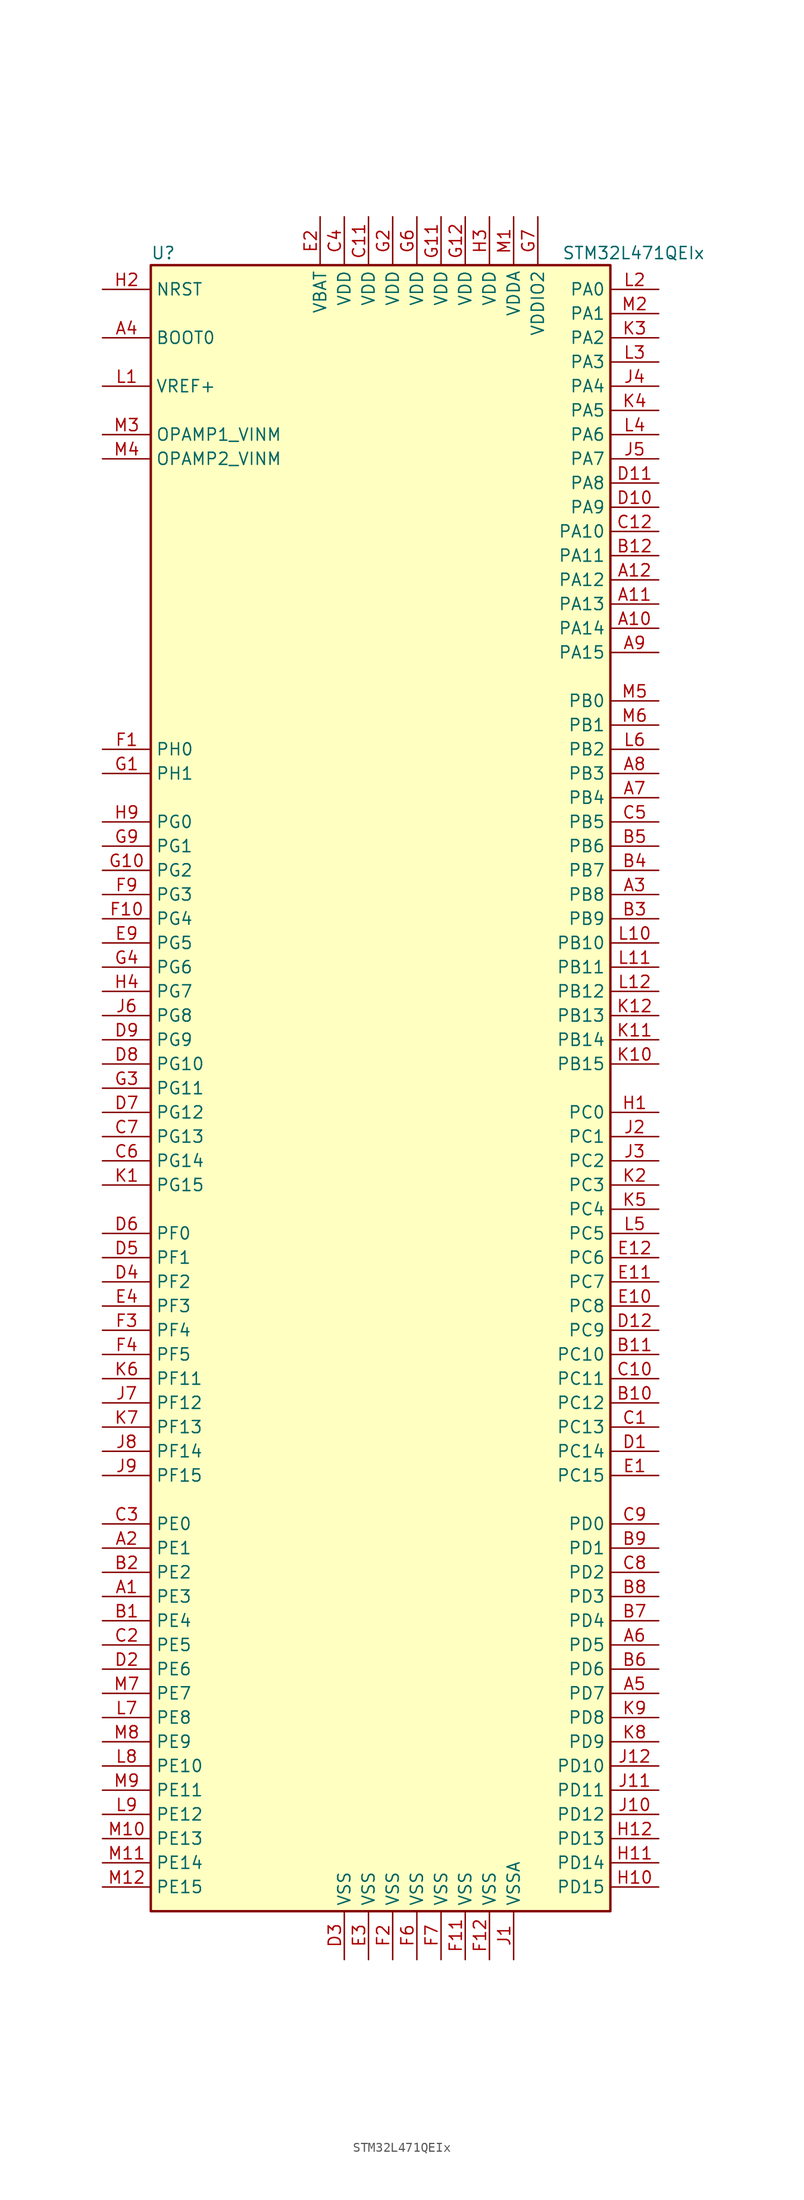
<source format=kicad_sym>
(kicad_symbol_lib
  (version 20201005)
  (generator kicad_symbol_editor)
  (symbol "MCU_ST_STM32L4:STM32L471QEIx"
    (property "Reference" "U"
      (at -25.4 87.63 0)
      (effects (font (size 1.27 1.27)) (justify left)))
    (property "Value" "STM32L471QEIx"
      (at 17.78 87.63 0)
      (effects (font (size 1.27 1.27)) (justify left)))
    (symbol "STM32L471QEIx_0_1"
      (rectangle (start -25.4 -86.36) (end 22.86 86.36) (stroke (width 0.254)) (fill (type background))))
    (symbol "STM32L471QEIx_1_1"
      (pin bidirectional line (at -30.48 -53.34 0) (length 5.08) (name "PE3" (effects (font (size 1.27 1.27)))) (number "A1" (effects (font (size 1.27 1.27)))))
      (pin bidirectional line (at 27.94 48.26 180) (length 5.08) (name "PA14" (effects (font (size 1.27 1.27)))) (number "A10" (effects (font (size 1.27 1.27)))))
      (pin bidirectional line (at 27.94 50.8 180) (length 5.08) (name "PA13" (effects (font (size 1.27 1.27)))) (number "A11" (effects (font (size 1.27 1.27)))))
      (pin bidirectional line (at 27.94 53.34 180) (length 5.08) (name "PA12" (effects (font (size 1.27 1.27)))) (number "A12" (effects (font (size 1.27 1.27)))))
      (pin bidirectional line (at -30.48 -48.26 0) (length 5.08) (name "PE1" (effects (font (size 1.27 1.27)))) (number "A2" (effects (font (size 1.27 1.27)))))
      (pin bidirectional line (at 27.94 20.32 180) (length 5.08) (name "PB8" (effects (font (size 1.27 1.27)))) (number "A3" (effects (font (size 1.27 1.27)))))
      (pin input line (at -30.48 78.74 0) (length 5.08) (name "BOOT0" (effects (font (size 1.27 1.27)))) (number "A4" (effects (font (size 1.27 1.27)))))
      (pin bidirectional line (at 27.94 -63.5 180) (length 5.08) (name "PD7" (effects (font (size 1.27 1.27)))) (number "A5" (effects (font (size 1.27 1.27)))))
      (pin bidirectional line (at 27.94 -58.42 180) (length 5.08) (name "PD5" (effects (font (size 1.27 1.27)))) (number "A6" (effects (font (size 1.27 1.27)))))
      (pin bidirectional line (at 27.94 30.48 180) (length 5.08) (name "PB4" (effects (font (size 1.27 1.27)))) (number "A7" (effects (font (size 1.27 1.27)))))
      (pin bidirectional line (at 27.94 33.02 180) (length 5.08) (name "PB3" (effects (font (size 1.27 1.27)))) (number "A8" (effects (font (size 1.27 1.27)))))
      (pin bidirectional line (at 27.94 45.72 180) (length 5.08) (name "PA15" (effects (font (size 1.27 1.27)))) (number "A9" (effects (font (size 1.27 1.27)))))
      (pin bidirectional line (at -30.48 -55.88 0) (length 5.08) (name "PE4" (effects (font (size 1.27 1.27)))) (number "B1" (effects (font (size 1.27 1.27)))))
      (pin bidirectional line (at 27.94 -33.02 180) (length 5.08) (name "PC12" (effects (font (size 1.27 1.27)))) (number "B10" (effects (font (size 1.27 1.27)))))
      (pin bidirectional line (at 27.94 -27.94 180) (length 5.08) (name "PC10" (effects (font (size 1.27 1.27)))) (number "B11" (effects (font (size 1.27 1.27)))))
      (pin bidirectional line (at 27.94 55.88 180) (length 5.08) (name "PA11" (effects (font (size 1.27 1.27)))) (number "B12" (effects (font (size 1.27 1.27)))))
      (pin bidirectional line (at -30.48 -50.8 0) (length 5.08) (name "PE2" (effects (font (size 1.27 1.27)))) (number "B2" (effects (font (size 1.27 1.27)))))
      (pin bidirectional line (at 27.94 17.78 180) (length 5.08) (name "PB9" (effects (font (size 1.27 1.27)))) (number "B3" (effects (font (size 1.27 1.27)))))
      (pin bidirectional line (at 27.94 22.86 180) (length 5.08) (name "PB7" (effects (font (size 1.27 1.27)))) (number "B4" (effects (font (size 1.27 1.27)))))
      (pin bidirectional line (at 27.94 25.4 180) (length 5.08) (name "PB6" (effects (font (size 1.27 1.27)))) (number "B5" (effects (font (size 1.27 1.27)))))
      (pin bidirectional line (at 27.94 -60.96 180) (length 5.08) (name "PD6" (effects (font (size 1.27 1.27)))) (number "B6" (effects (font (size 1.27 1.27)))))
      (pin bidirectional line (at 27.94 -55.88 180) (length 5.08) (name "PD4" (effects (font (size 1.27 1.27)))) (number "B7" (effects (font (size 1.27 1.27)))))
      (pin bidirectional line (at 27.94 -53.34 180) (length 5.08) (name "PD3" (effects (font (size 1.27 1.27)))) (number "B8" (effects (font (size 1.27 1.27)))))
      (pin bidirectional line (at 27.94 -48.26 180) (length 5.08) (name "PD1" (effects (font (size 1.27 1.27)))) (number "B9" (effects (font (size 1.27 1.27)))))
      (pin bidirectional line (at 27.94 -35.56 180) (length 5.08) (name "PC13" (effects (font (size 1.27 1.27)))) (number "C1" (effects (font (size 1.27 1.27)))))
      (pin bidirectional line (at 27.94 -30.48 180) (length 5.08) (name "PC11" (effects (font (size 1.27 1.27)))) (number "C10" (effects (font (size 1.27 1.27)))))
      (pin power_in line (at -2.54 91.44 270) (length 5.08) (name "VDD" (effects (font (size 1.27 1.27)))) (number "C11" (effects (font (size 1.27 1.27)))))
      (pin bidirectional line (at 27.94 58.42 180) (length 5.08) (name "PA10" (effects (font (size 1.27 1.27)))) (number "C12" (effects (font (size 1.27 1.27)))))
      (pin bidirectional line (at -30.48 -58.42 0) (length 5.08) (name "PE5" (effects (font (size 1.27 1.27)))) (number "C2" (effects (font (size 1.27 1.27)))))
      (pin bidirectional line (at -30.48 -45.72 0) (length 5.08) (name "PE0" (effects (font (size 1.27 1.27)))) (number "C3" (effects (font (size 1.27 1.27)))))
      (pin power_in line (at -5.08 91.44 270) (length 5.08) (name "VDD" (effects (font (size 1.27 1.27)))) (number "C4" (effects (font (size 1.27 1.27)))))
      (pin bidirectional line (at 27.94 27.94 180) (length 5.08) (name "PB5" (effects (font (size 1.27 1.27)))) (number "C5" (effects (font (size 1.27 1.27)))))
      (pin bidirectional line (at -30.48 -7.62 0) (length 5.08) (name "PG14" (effects (font (size 1.27 1.27)))) (number "C6" (effects (font (size 1.27 1.27)))))
      (pin bidirectional line (at -30.48 -5.08 0) (length 5.08) (name "PG13" (effects (font (size 1.27 1.27)))) (number "C7" (effects (font (size 1.27 1.27)))))
      (pin bidirectional line (at 27.94 -50.8 180) (length 5.08) (name "PD2" (effects (font (size 1.27 1.27)))) (number "C8" (effects (font (size 1.27 1.27)))))
      (pin bidirectional line (at 27.94 -45.72 180) (length 5.08) (name "PD0" (effects (font (size 1.27 1.27)))) (number "C9" (effects (font (size 1.27 1.27)))))
      (pin bidirectional line (at 27.94 -38.1 180) (length 5.08) (name "PC14" (effects (font (size 1.27 1.27)))) (number "D1" (effects (font (size 1.27 1.27)))))
      (pin bidirectional line (at 27.94 60.96 180) (length 5.08) (name "PA9" (effects (font (size 1.27 1.27)))) (number "D10" (effects (font (size 1.27 1.27)))))
      (pin bidirectional line (at 27.94 63.5 180) (length 5.08) (name "PA8" (effects (font (size 1.27 1.27)))) (number "D11" (effects (font (size 1.27 1.27)))))
      (pin bidirectional line (at 27.94 -25.4 180) (length 5.08) (name "PC9" (effects (font (size 1.27 1.27)))) (number "D12" (effects (font (size 1.27 1.27)))))
      (pin bidirectional line (at -30.48 -60.96 0) (length 5.08) (name "PE6" (effects (font (size 1.27 1.27)))) (number "D2" (effects (font (size 1.27 1.27)))))
      (pin power_in line (at -5.08 -91.44 90) (length 5.08) (name "VSS" (effects (font (size 1.27 1.27)))) (number "D3" (effects (font (size 1.27 1.27)))))
      (pin bidirectional line (at -30.48 -20.32 0) (length 5.08) (name "PF2" (effects (font (size 1.27 1.27)))) (number "D4" (effects (font (size 1.27 1.27)))))
      (pin bidirectional line (at -30.48 -17.78 0) (length 5.08) (name "PF1" (effects (font (size 1.27 1.27)))) (number "D5" (effects (font (size 1.27 1.27)))))
      (pin bidirectional line (at -30.48 -15.24 0) (length 5.08) (name "PF0" (effects (font (size 1.27 1.27)))) (number "D6" (effects (font (size 1.27 1.27)))))
      (pin bidirectional line (at -30.48 -2.54 0) (length 5.08) (name "PG12" (effects (font (size 1.27 1.27)))) (number "D7" (effects (font (size 1.27 1.27)))))
      (pin bidirectional line (at -30.48 2.54 0) (length 5.08) (name "PG10" (effects (font (size 1.27 1.27)))) (number "D8" (effects (font (size 1.27 1.27)))))
      (pin bidirectional line (at -30.48 5.08 0) (length 5.08) (name "PG9" (effects (font (size 1.27 1.27)))) (number "D9" (effects (font (size 1.27 1.27)))))
      (pin bidirectional line (at 27.94 -40.64 180) (length 5.08) (name "PC15" (effects (font (size 1.27 1.27)))) (number "E1" (effects (font (size 1.27 1.27)))))
      (pin bidirectional line (at 27.94 -22.86 180) (length 5.08) (name "PC8" (effects (font (size 1.27 1.27)))) (number "E10" (effects (font (size 1.27 1.27)))))
      (pin bidirectional line (at 27.94 -20.32 180) (length 5.08) (name "PC7" (effects (font (size 1.27 1.27)))) (number "E11" (effects (font (size 1.27 1.27)))))
      (pin bidirectional line (at 27.94 -17.78 180) (length 5.08) (name "PC6" (effects (font (size 1.27 1.27)))) (number "E12" (effects (font (size 1.27 1.27)))))
      (pin power_in line (at -7.62 91.44 270) (length 5.08) (name "VBAT" (effects (font (size 1.27 1.27)))) (number "E2" (effects (font (size 1.27 1.27)))))
      (pin power_in line (at -2.54 -91.44 90) (length 5.08) (name "VSS" (effects (font (size 1.27 1.27)))) (number "E3" (effects (font (size 1.27 1.27)))))
      (pin bidirectional line (at -30.48 -22.86 0) (length 5.08) (name "PF3" (effects (font (size 1.27 1.27)))) (number "E4" (effects (font (size 1.27 1.27)))))
      (pin bidirectional line (at -30.48 15.24 0) (length 5.08) (name "PG5" (effects (font (size 1.27 1.27)))) (number "E9" (effects (font (size 1.27 1.27)))))
      (pin input line (at -30.48 35.56 0) (length 5.08) (name "PH0" (effects (font (size 1.27 1.27)))) (number "F1" (effects (font (size 1.27 1.27)))))
      (pin bidirectional line (at -30.48 17.78 0) (length 5.08) (name "PG4" (effects (font (size 1.27 1.27)))) (number "F10" (effects (font (size 1.27 1.27)))))
      (pin power_in line (at 7.62 -91.44 90) (length 5.08) (name "VSS" (effects (font (size 1.27 1.27)))) (number "F11" (effects (font (size 1.27 1.27)))))
      (pin power_in line (at 10.16 -91.44 90) (length 5.08) (name "VSS" (effects (font (size 1.27 1.27)))) (number "F12" (effects (font (size 1.27 1.27)))))
      (pin power_in line (at 0 -91.44 90) (length 5.08) (name "VSS" (effects (font (size 1.27 1.27)))) (number "F2" (effects (font (size 1.27 1.27)))))
      (pin bidirectional line (at -30.48 -25.4 0) (length 5.08) (name "PF4" (effects (font (size 1.27 1.27)))) (number "F3" (effects (font (size 1.27 1.27)))))
      (pin bidirectional line (at -30.48 -27.94 0) (length 5.08) (name "PF5" (effects (font (size 1.27 1.27)))) (number "F4" (effects (font (size 1.27 1.27)))))
      (pin power_in line (at 2.54 -91.44 90) (length 5.08) (name "VSS" (effects (font (size 1.27 1.27)))) (number "F6" (effects (font (size 1.27 1.27)))))
      (pin power_in line (at 5.08 -91.44 90) (length 5.08) (name "VSS" (effects (font (size 1.27 1.27)))) (number "F7" (effects (font (size 1.27 1.27)))))
      (pin bidirectional line (at -30.48 20.32 0) (length 5.08) (name "PG3" (effects (font (size 1.27 1.27)))) (number "F9" (effects (font (size 1.27 1.27)))))
      (pin input line (at -30.48 33.02 0) (length 5.08) (name "PH1" (effects (font (size 1.27 1.27)))) (number "G1" (effects (font (size 1.27 1.27)))))
      (pin bidirectional line (at -30.48 22.86 0) (length 5.08) (name "PG2" (effects (font (size 1.27 1.27)))) (number "G10" (effects (font (size 1.27 1.27)))))
      (pin power_in line (at 5.08 91.44 270) (length 5.08) (name "VDD" (effects (font (size 1.27 1.27)))) (number "G11" (effects (font (size 1.27 1.27)))))
      (pin power_in line (at 7.62 91.44 270) (length 5.08) (name "VDD" (effects (font (size 1.27 1.27)))) (number "G12" (effects (font (size 1.27 1.27)))))
      (pin power_in line (at 0 91.44 270) (length 5.08) (name "VDD" (effects (font (size 1.27 1.27)))) (number "G2" (effects (font (size 1.27 1.27)))))
      (pin bidirectional line (at -30.48 0 0) (length 5.08) (name "PG11" (effects (font (size 1.27 1.27)))) (number "G3" (effects (font (size 1.27 1.27)))))
      (pin bidirectional line (at -30.48 12.7 0) (length 5.08) (name "PG6" (effects (font (size 1.27 1.27)))) (number "G4" (effects (font (size 1.27 1.27)))))
      (pin power_in line (at 2.54 91.44 270) (length 5.08) (name "VDD" (effects (font (size 1.27 1.27)))) (number "G6" (effects (font (size 1.27 1.27)))))
      (pin power_in line (at 15.24 91.44 270) (length 5.08) (name "VDDIO2" (effects (font (size 1.27 1.27)))) (number "G7" (effects (font (size 1.27 1.27)))))
      (pin bidirectional line (at -30.48 25.4 0) (length 5.08) (name "PG1" (effects (font (size 1.27 1.27)))) (number "G9" (effects (font (size 1.27 1.27)))))
      (pin bidirectional line (at 27.94 -2.54 180) (length 5.08) (name "PC0" (effects (font (size 1.27 1.27)))) (number "H1" (effects (font (size 1.27 1.27)))))
      (pin bidirectional line (at 27.94 -83.82 180) (length 5.08) (name "PD15" (effects (font (size 1.27 1.27)))) (number "H10" (effects (font (size 1.27 1.27)))))
      (pin bidirectional line (at 27.94 -81.28 180) (length 5.08) (name "PD14" (effects (font (size 1.27 1.27)))) (number "H11" (effects (font (size 1.27 1.27)))))
      (pin bidirectional line (at 27.94 -78.74 180) (length 5.08) (name "PD13" (effects (font (size 1.27 1.27)))) (number "H12" (effects (font (size 1.27 1.27)))))
      (pin input line (at -30.48 83.82 0) (length 5.08) (name "NRST" (effects (font (size 1.27 1.27)))) (number "H2" (effects (font (size 1.27 1.27)))))
      (pin power_in line (at 10.16 91.44 270) (length 5.08) (name "VDD" (effects (font (size 1.27 1.27)))) (number "H3" (effects (font (size 1.27 1.27)))))
      (pin bidirectional line (at -30.48 10.16 0) (length 5.08) (name "PG7" (effects (font (size 1.27 1.27)))) (number "H4" (effects (font (size 1.27 1.27)))))
      (pin bidirectional line (at -30.48 27.94 0) (length 5.08) (name "PG0" (effects (font (size 1.27 1.27)))) (number "H9" (effects (font (size 1.27 1.27)))))
      (pin power_in line (at 12.7 -91.44 90) (length 5.08) (name "VSSA" (effects (font (size 1.27 1.27)))) (number "J1" (effects (font (size 1.27 1.27)))))
      (pin bidirectional line (at 27.94 -76.2 180) (length 5.08) (name "PD12" (effects (font (size 1.27 1.27)))) (number "J10" (effects (font (size 1.27 1.27)))))
      (pin bidirectional line (at 27.94 -73.66 180) (length 5.08) (name "PD11" (effects (font (size 1.27 1.27)))) (number "J11" (effects (font (size 1.27 1.27)))))
      (pin bidirectional line (at 27.94 -71.12 180) (length 5.08) (name "PD10" (effects (font (size 1.27 1.27)))) (number "J12" (effects (font (size 1.27 1.27)))))
      (pin bidirectional line (at 27.94 -5.08 180) (length 5.08) (name "PC1" (effects (font (size 1.27 1.27)))) (number "J2" (effects (font (size 1.27 1.27)))))
      (pin bidirectional line (at 27.94 -7.62 180) (length 5.08) (name "PC2" (effects (font (size 1.27 1.27)))) (number "J3" (effects (font (size 1.27 1.27)))))
      (pin bidirectional line (at 27.94 73.66 180) (length 5.08) (name "PA4" (effects (font (size 1.27 1.27)))) (number "J4" (effects (font (size 1.27 1.27)))))
      (pin bidirectional line (at 27.94 66.04 180) (length 5.08) (name "PA7" (effects (font (size 1.27 1.27)))) (number "J5" (effects (font (size 1.27 1.27)))))
      (pin bidirectional line (at -30.48 7.62 0) (length 5.08) (name "PG8" (effects (font (size 1.27 1.27)))) (number "J6" (effects (font (size 1.27 1.27)))))
      (pin bidirectional line (at -30.48 -33.02 0) (length 5.08) (name "PF12" (effects (font (size 1.27 1.27)))) (number "J7" (effects (font (size 1.27 1.27)))))
      (pin bidirectional line (at -30.48 -38.1 0) (length 5.08) (name "PF14" (effects (font (size 1.27 1.27)))) (number "J8" (effects (font (size 1.27 1.27)))))
      (pin bidirectional line (at -30.48 -40.64 0) (length 5.08) (name "PF15" (effects (font (size 1.27 1.27)))) (number "J9" (effects (font (size 1.27 1.27)))))
      (pin bidirectional line (at -30.48 -10.16 0) (length 5.08) (name "PG15" (effects (font (size 1.27 1.27)))) (number "K1" (effects (font (size 1.27 1.27)))))
      (pin bidirectional line (at 27.94 2.54 180) (length 5.08) (name "PB15" (effects (font (size 1.27 1.27)))) (number "K10" (effects (font (size 1.27 1.27)))))
      (pin bidirectional line (at 27.94 5.08 180) (length 5.08) (name "PB14" (effects (font (size 1.27 1.27)))) (number "K11" (effects (font (size 1.27 1.27)))))
      (pin bidirectional line (at 27.94 7.62 180) (length 5.08) (name "PB13" (effects (font (size 1.27 1.27)))) (number "K12" (effects (font (size 1.27 1.27)))))
      (pin bidirectional line (at 27.94 -10.16 180) (length 5.08) (name "PC3" (effects (font (size 1.27 1.27)))) (number "K2" (effects (font (size 1.27 1.27)))))
      (pin bidirectional line (at 27.94 78.74 180) (length 5.08) (name "PA2" (effects (font (size 1.27 1.27)))) (number "K3" (effects (font (size 1.27 1.27)))))
      (pin bidirectional line (at 27.94 71.12 180) (length 5.08) (name "PA5" (effects (font (size 1.27 1.27)))) (number "K4" (effects (font (size 1.27 1.27)))))
      (pin bidirectional line (at 27.94 -12.7 180) (length 5.08) (name "PC4" (effects (font (size 1.27 1.27)))) (number "K5" (effects (font (size 1.27 1.27)))))
      (pin bidirectional line (at -30.48 -30.48 0) (length 5.08) (name "PF11" (effects (font (size 1.27 1.27)))) (number "K6" (effects (font (size 1.27 1.27)))))
      (pin bidirectional line (at -30.48 -35.56 0) (length 5.08) (name "PF13" (effects (font (size 1.27 1.27)))) (number "K7" (effects (font (size 1.27 1.27)))))
      (pin bidirectional line (at 27.94 -68.58 180) (length 5.08) (name "PD9" (effects (font (size 1.27 1.27)))) (number "K8" (effects (font (size 1.27 1.27)))))
      (pin bidirectional line (at 27.94 -66.04 180) (length 5.08) (name "PD8" (effects (font (size 1.27 1.27)))) (number "K9" (effects (font (size 1.27 1.27)))))
      (pin bidirectional line (at -30.48 73.66 0) (length 5.08) (name "VREF+" (effects (font (size 1.27 1.27)))) (number "L1" (effects (font (size 1.27 1.27)))))
      (pin bidirectional line (at 27.94 15.24 180) (length 5.08) (name "PB10" (effects (font (size 1.27 1.27)))) (number "L10" (effects (font (size 1.27 1.27)))))
      (pin bidirectional line (at 27.94 12.7 180) (length 5.08) (name "PB11" (effects (font (size 1.27 1.27)))) (number "L11" (effects (font (size 1.27 1.27)))))
      (pin bidirectional line (at 27.94 10.16 180) (length 5.08) (name "PB12" (effects (font (size 1.27 1.27)))) (number "L12" (effects (font (size 1.27 1.27)))))
      (pin bidirectional line (at 27.94 83.82 180) (length 5.08) (name "PA0" (effects (font (size 1.27 1.27)))) (number "L2" (effects (font (size 1.27 1.27)))))
      (pin bidirectional line (at 27.94 76.2 180) (length 5.08) (name "PA3" (effects (font (size 1.27 1.27)))) (number "L3" (effects (font (size 1.27 1.27)))))
      (pin bidirectional line (at 27.94 68.58 180) (length 5.08) (name "PA6" (effects (font (size 1.27 1.27)))) (number "L4" (effects (font (size 1.27 1.27)))))
      (pin bidirectional line (at 27.94 -15.24 180) (length 5.08) (name "PC5" (effects (font (size 1.27 1.27)))) (number "L5" (effects (font (size 1.27 1.27)))))
      (pin bidirectional line (at 27.94 35.56 180) (length 5.08) (name "PB2" (effects (font (size 1.27 1.27)))) (number "L6" (effects (font (size 1.27 1.27)))))
      (pin bidirectional line (at -30.48 -66.04 0) (length 5.08) (name "PE8" (effects (font (size 1.27 1.27)))) (number "L7" (effects (font (size 1.27 1.27)))))
      (pin bidirectional line (at -30.48 -71.12 0) (length 5.08) (name "PE10" (effects (font (size 1.27 1.27)))) (number "L8" (effects (font (size 1.27 1.27)))))
      (pin bidirectional line (at -30.48 -76.2 0) (length 5.08) (name "PE12" (effects (font (size 1.27 1.27)))) (number "L9" (effects (font (size 1.27 1.27)))))
      (pin power_in line (at 12.7 91.44 270) (length 5.08) (name "VDDA" (effects (font (size 1.27 1.27)))) (number "M1" (effects (font (size 1.27 1.27)))))
      (pin bidirectional line (at -30.48 -78.74 0) (length 5.08) (name "PE13" (effects (font (size 1.27 1.27)))) (number "M10" (effects (font (size 1.27 1.27)))))
      (pin bidirectional line (at -30.48 -81.28 0) (length 5.08) (name "PE14" (effects (font (size 1.27 1.27)))) (number "M11" (effects (font (size 1.27 1.27)))))
      (pin bidirectional line (at -30.48 -83.82 0) (length 5.08) (name "PE15" (effects (font (size 1.27 1.27)))) (number "M12" (effects (font (size 1.27 1.27)))))
      (pin bidirectional line (at 27.94 81.28 180) (length 5.08) (name "PA1" (effects (font (size 1.27 1.27)))) (number "M2" (effects (font (size 1.27 1.27)))))
      (pin bidirectional line (at -30.48 68.58 0) (length 5.08) (name "OPAMP1_VINM" (effects (font (size 1.27 1.27)))) (number "M3" (effects (font (size 1.27 1.27)))))
      (pin bidirectional line (at -30.48 66.04 0) (length 5.08) (name "OPAMP2_VINM" (effects (font (size 1.27 1.27)))) (number "M4" (effects (font (size 1.27 1.27)))))
      (pin bidirectional line (at 27.94 40.64 180) (length 5.08) (name "PB0" (effects (font (size 1.27 1.27)))) (number "M5" (effects (font (size 1.27 1.27)))))
      (pin bidirectional line (at 27.94 38.1 180) (length 5.08) (name "PB1" (effects (font (size 1.27 1.27)))) (number "M6" (effects (font (size 1.27 1.27)))))
      (pin bidirectional line (at -30.48 -63.5 0) (length 5.08) (name "PE7" (effects (font (size 1.27 1.27)))) (number "M7" (effects (font (size 1.27 1.27)))))
      (pin bidirectional line (at -30.48 -68.58 0) (length 5.08) (name "PE9" (effects (font (size 1.27 1.27)))) (number "M8" (effects (font (size 1.27 1.27)))))
      (pin bidirectional line (at -30.48 -73.66 0) (length 5.08) (name "PE11" (effects (font (size 1.27 1.27)))) (number "M9" (effects (font (size 1.27 1.27))))))))
</source>
